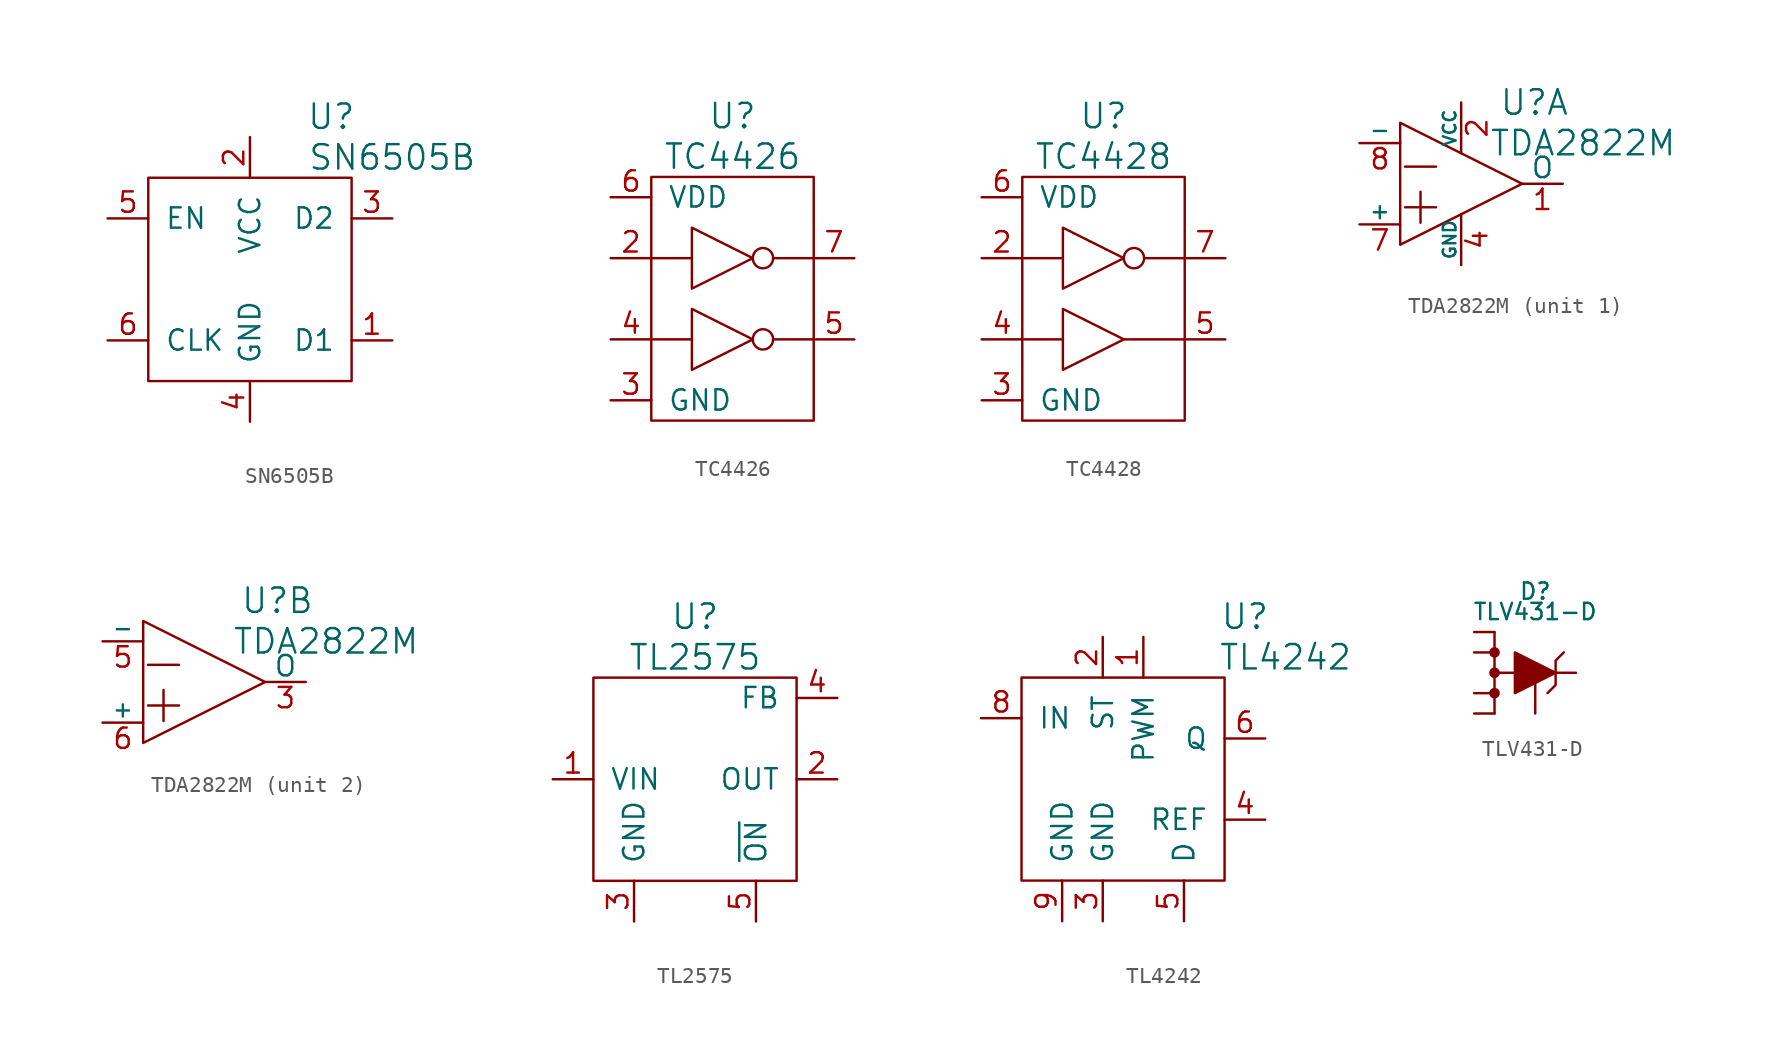
<source format=kicad_sym>
(kicad_symbol_lib
  (version 20220914)
  (generator kicad_symbol_editor)
  (symbol "SN6505B"
    (pin_names
      (offset 1.016))
    (property "Reference" "U"
      (at 5.08 10.16 0)
      (effects (font (size 1.524 1.524))))
    (property "Value" "SN6505B"
      (at 8.89 7.62 0)
      (effects (font (size 1.524 1.524))))
    (property "Footprint" ""
      (at 0 0 0)
      (effects (font (size 1.524 1.524))))
    (symbol "SN6505B_0_1"
      (rectangle (start -6.35 6.35) (end 6.35 -6.35) (stroke (width 0) (type solid)) (fill (type none))))
    (symbol "SN6505B_1_1"
      (pin passive line (at 8.89 -3.81 180) (length 2.54) (name "D1" (effects (font (size 1.27 1.27)))) (number "1" (effects (font (size 1.27 1.27)))))
      (pin passive line (at 0 8.89 270) (length 2.54) (name "VCC" (effects (font (size 1.27 1.27)))) (number "2" (effects (font (size 1.27 1.27)))))
      (pin passive line (at 8.89 3.81 180) (length 2.54) (name "D2" (effects (font (size 1.27 1.27)))) (number "3" (effects (font (size 1.27 1.27)))))
      (pin passive line (at 0 -8.89 90) (length 2.54) (name "GND" (effects (font (size 1.27 1.27)))) (number "4" (effects (font (size 1.27 1.27)))))
      (pin passive line (at -8.89 3.81 0) (length 2.54) (name "EN" (effects (font (size 1.27 1.27)))) (number "5" (effects (font (size 1.27 1.27)))))
      (pin passive line (at -8.89 -3.81 0) (length 2.54) (name "CLK" (effects (font (size 1.27 1.27)))) (number "6" (effects (font (size 1.27 1.27)))))))
  (symbol "TC4426"
    (pin_names
      (offset 1.016))
    (property "Reference" "U"
      (at 0 11.43 0)
      (effects (font (size 1.524 1.524))))
    (property "Value" "TC4426"
      (at 0 8.89 0)
      (effects (font (size 1.524 1.524))))
    (property "Footprint" ""
      (at -0.635 0 0)
      (effects (font (size 1.524 1.524))))
    (symbol "TC4426_0_1"
      (rectangle (start -5.08 7.62) (end 5.08 -7.62) (stroke (width 0) (type solid)) (fill (type none)))
      (polyline (pts (xy -2.54 -2.54) (xy -5.08 -2.54)) (stroke (width 0) (type solid)) (fill (type none)))
      (polyline (pts (xy -2.54 2.54) (xy -5.08 2.54)) (stroke (width 0) (type solid)) (fill (type none)))
      (polyline (pts (xy 2.54 2.54) (xy 5.08 2.54)) (stroke (width 0) (type solid)) (fill (type none)))
      (polyline (pts (xy -2.54 -0.635) (xy -2.54 -4.445) (xy 1.27 -2.54) (xy -2.54 -0.635)) (stroke (width 0) (type solid)) (fill (type none)))
      (polyline (pts (xy -2.54 4.445) (xy -2.54 0.635) (xy 1.27 2.54) (xy -2.54 4.445)) (stroke (width 0) (type solid)) (fill (type none)))
      (circle (center 1.905 2.54) (radius 0.635) (stroke (width 0) (type solid)) (fill (type none))))
    (symbol "TC4426_1_1"
      (polyline (pts (xy 2.54 -2.54) (xy 5.08 -2.54)) (stroke (width 0) (type solid)) (fill (type none)))
      (circle (center 1.905 -2.54) (radius 0.635) (stroke (width 0) (type solid)) (fill (type none)))
      (pin passive line (at -7.62 2.54 0) (length 2.54) (name "INA" (effects (font (size 0 0)))) (number "2" (effects (font (size 1.27 1.27)))))
      (pin passive line (at -7.62 -6.35 0) (length 2.54) (name "GND" (effects (font (size 1.27 1.27)))) (number "3" (effects (font (size 1.27 1.27)))))
      (pin passive line (at -7.62 -2.54 0) (length 2.54) (name "INB" (effects (font (size 0 0)))) (number "4" (effects (font (size 1.27 1.27)))))
      (pin passive line (at 7.62 -2.54 180) (length 2.54) (name "~{OUTB}" (effects (font (size 0 0)))) (number "5" (effects (font (size 1.27 1.27)))))
      (pin passive line (at -7.62 6.35 0) (length 2.54) (name "VDD" (effects (font (size 1.27 1.27)))) (number "6" (effects (font (size 1.27 1.27)))))
      (pin passive line (at 7.62 2.54 180) (length 2.54) (name "~{OUTA}" (effects (font (size 0 0)))) (number "7" (effects (font (size 1.27 1.27)))))))
  (symbol "TC4428"
    (pin_names
      (offset 1.016))
    (property "Reference" "U"
      (at 0 11.43 0)
      (effects (font (size 1.524 1.524))))
    (property "Value" "TC4428"
      (at 0 8.89 0)
      (effects (font (size 1.524 1.524))))
    (property "Footprint" ""
      (at -0.635 0 0)
      (effects (font (size 1.524 1.524))))
    (symbol "TC4428_0_1"
      (rectangle (start -5.08 7.62) (end 5.08 -7.62) (stroke (width 0) (type solid)) (fill (type none)))
      (polyline (pts (xy -2.54 -2.54) (xy -5.08 -2.54)) (stroke (width 0) (type solid)) (fill (type none)))
      (polyline (pts (xy -2.54 2.54) (xy -5.08 2.54)) (stroke (width 0) (type solid)) (fill (type none)))
      (polyline (pts (xy 2.54 2.54) (xy 5.08 2.54)) (stroke (width 0) (type solid)) (fill (type none)))
      (polyline (pts (xy 5.08 -2.54) (xy 1.27 -2.54)) (stroke (width 0) (type solid)) (fill (type none)))
      (polyline (pts (xy -2.54 -0.635) (xy -2.54 -4.445) (xy 1.27 -2.54) (xy -2.54 -0.635)) (stroke (width 0) (type solid)) (fill (type none)))
      (polyline (pts (xy -2.54 4.445) (xy -2.54 0.635) (xy 1.27 2.54) (xy -2.54 4.445)) (stroke (width 0) (type solid)) (fill (type none)))
      (circle (center 1.905 2.54) (radius 0.635) (stroke (width 0) (type solid)) (fill (type none))))
    (symbol "TC4428_1_1"
      (pin passive line (at -7.62 2.54 0) (length 2.54) (name "INA" (effects (font (size 0 0)))) (number "2" (effects (font (size 1.27 1.27)))))
      (pin passive line (at -7.62 -6.35 0) (length 2.54) (name "GND" (effects (font (size 1.27 1.27)))) (number "3" (effects (font (size 1.27 1.27)))))
      (pin passive line (at -7.62 -2.54 0) (length 2.54) (name "INB" (effects (font (size 0 0)))) (number "4" (effects (font (size 1.27 1.27)))))
      (pin passive line (at 7.62 -2.54 180) (length 2.54) (name "OUTB" (effects (font (size 0 0)))) (number "5" (effects (font (size 1.27 1.27)))))
      (pin passive line (at -7.62 6.35 0) (length 2.54) (name "VDD" (effects (font (size 1.27 1.27)))) (number "6" (effects (font (size 1.27 1.27)))))
      (pin passive line (at 7.62 2.54 180) (length 2.54) (name "~{OUTA}" (effects (font (size 0 0)))) (number "7" (effects (font (size 1.27 1.27)))))))
  (symbol "TDA2822M"
    (pin_names
      (offset 0))
    (property "Reference" "U"
      (at 4.572 5.08 0)
      (effects (font (size 1.524 1.524))))
    (property "Value" "TDA2822M"
      (at 7.62 2.54 0)
      (effects (font (size 1.524 1.524))))
    (property "Footprint" ""
      (at 0 0 0)
      (effects (font (size 1.524 1.524))))
    (property "Datasheet" ""
      (at 0 0 0)
      (effects (font (size 1.524 1.524))))
    (symbol "TDA2822M_0_0"
      (polyline (pts (xy -3.81 3.81) (xy -3.81 -3.81) (xy 3.81 0) (xy -3.81 3.81) (xy -3.81 3.81)) (stroke (width 0) (type solid)) (fill (type none)))
      (text "+" (at -2.54 -1.27 0) (effects (font (size 2.54 2.54))))
      (text "-" (at -2.54 1.27 0) (effects (font (size 2.54 2.54)))))
    (symbol "TDA2822M_1_1"
      (pin passive line (at 6.35 0 180) (length 2.54) (name "O" (effects (font (size 1.27 1.27)))) (number "1" (effects (font (size 1.27 1.27)))))
      (pin passive line (at 0 5.08 270) (length 3.175) (name "VCC" (effects (font (size 0.787 0.787)))) (number "2" (effects (font (size 1.27 1.27)))))
      (pin passive line (at 0 -5.08 90) (length 3.175) (name "GND" (effects (font (size 0.787 0.787)))) (number "4" (effects (font (size 1.27 1.27)))))
      (pin passive line (at -6.35 -2.54 0) (length 2.54) (name "+" (effects (font (size 0.991 0.991)))) (number "7" (effects (font (size 1.27 1.27)))))
      (pin passive line (at -6.35 2.54 0) (length 2.54) (name "-" (effects (font (size 0.991 0.991)))) (number "8" (effects (font (size 1.27 1.27))))))
    (symbol "TDA2822M_2_1"
      (pin passive line (at 6.35 0 180) (length 2.54) (name "O" (effects (font (size 1.27 1.27)))) (number "3" (effects (font (size 1.27 1.27)))))
      (pin passive line (at -6.35 2.54 0) (length 2.54) (name "-" (effects (font (size 0.991 0.991)))) (number "5" (effects (font (size 1.27 1.27)))))
      (pin passive line (at -6.35 -2.54 0) (length 2.54) (name "+" (effects (font (size 0.991 0.991)))) (number "6" (effects (font (size 1.27 1.27)))))))
  (symbol "TL2575"
    (pin_names
      (offset 1.016))
    (property "Reference" "U"
      (at 0 10.16 0)
      (effects (font (size 1.524 1.524))))
    (property "Value" "TL2575"
      (at 0 7.62 0)
      (effects (font (size 1.524 1.524))))
    (property "Footprint" ""
      (at 0 0 0)
      (effects (font (size 1.524 1.524))))
    (property "Datasheet" ""
      (at 0 0 0)
      (effects (font (size 1.524 1.524))))
    (symbol "TL2575_0_1"
      (rectangle (start -6.35 6.35) (end 6.35 -6.35) (stroke (width 0) (type solid)) (fill (type none))))
    (symbol "TL2575_1_1"
      (pin passive line (at -8.89 0 0) (length 2.54) (name "VIN" (effects (font (size 1.27 1.27)))) (number "1" (effects (font (size 1.27 1.27)))))
      (pin passive line (at 8.89 0 180) (length 2.54) (name "OUT" (effects (font (size 1.27 1.27)))) (number "2" (effects (font (size 1.27 1.27)))))
      (pin passive line (at -3.81 -8.89 90) (length 2.54) (name "GND" (effects (font (size 1.27 1.27)))) (number "3" (effects (font (size 1.27 1.27)))))
      (pin passive line (at 8.89 5.08 180) (length 2.54) (name "FB" (effects (font (size 1.27 1.27)))) (number "4" (effects (font (size 1.27 1.27)))))
      (pin passive line (at 3.81 -8.89 90) (length 2.54) (name "~{ON}" (effects (font (size 1.27 1.27)))) (number "5" (effects (font (size 1.27 1.27)))))))
  (symbol "TL4242"
    (pin_names
      (offset 1.016))
    (property "Reference" "U"
      (at 7.62 10.16 0)
      (effects (font (size 1.524 1.524))))
    (property "Value" "TL4242"
      (at 10.16 7.62 0)
      (effects (font (size 1.524 1.524))))
    (property "Footprint" ""
      (at 0 0 0)
      (effects (font (size 1.524 1.524))))
    (property "Datasheet" ""
      (at 0 0 0)
      (effects (font (size 1.524 1.524))))
    (symbol "TL4242_0_1"
      (rectangle (start -6.35 6.35) (end 6.35 -6.35) (stroke (width 0) (type solid)) (fill (type none))))
    (symbol "TL4242_1_1"
      (pin passive line (at 1.27 8.89 270) (length 2.54) (name "PWM" (effects (font (size 1.27 1.27)))) (number "1" (effects (font (size 1.27 1.27)))))
      (pin passive line (at -1.27 8.89 270) (length 2.54) (name "ST" (effects (font (size 1.27 1.27)))) (number "2" (effects (font (size 1.27 1.27)))))
      (pin passive line (at -1.27 -8.89 90) (length 2.54) (name "GND" (effects (font (size 1.27 1.27)))) (number "3" (effects (font (size 1.27 1.27)))))
      (pin passive line (at 8.89 -2.54 180) (length 2.54) (name "REF" (effects (font (size 1.27 1.27)))) (number "4" (effects (font (size 1.27 1.27)))))
      (pin passive line (at 3.81 -8.89 90) (length 2.54) (name "D" (effects (font (size 1.27 1.27)))) (number "5" (effects (font (size 1.27 1.27)))))
      (pin passive line (at 8.89 2.54 180) (length 2.54) (name "Q" (effects (font (size 1.27 1.27)))) (number "6" (effects (font (size 1.27 1.27)))))
      (pin passive line (at -8.89 3.81 0) (length 2.54) (name "IN" (effects (font (size 1.27 1.27)))) (number "8" (effects (font (size 1.27 1.27)))))
      (pin passive line (at -3.81 -8.89 90) (length 2.54) (name "GND" (effects (font (size 1.27 1.27)))) (number "9" (effects (font (size 1.27 1.27)))))))
  (symbol "TLV431-D"
    (pin_numbers hide)
    (pin_names
      (offset 1.016) hide)
    (property "Reference" "D"
      (at 0 5.08 0)
      (effects (font (size 1.016 1.016))))
    (property "Value" "TLV431-D"
      (at 0 3.81 0)
      (effects (font (size 1.016 1.016))))
    (property "Footprint" ""
      (at 0 0 0)
      (effects (font (size 1.524 1.524))))
    (property "Datasheet" ""
      (at 0 0 0)
      (effects (font (size 1.524 1.524))))
    (symbol "TLV431-D_0_0"
      (polyline (pts (xy -1.27 1.27) (xy -1.27 -1.27) (xy 1.27 0) (xy -1.27 1.27) (xy -1.27 1.27)) (stroke (width 0) (type solid)) (fill (type outline)))
      (polyline (pts (xy 1.778 1.27) (xy 1.27 0.762) (xy 1.27 -0.762) (xy 0.762 -1.27) (xy 0.762 -1.27)) (stroke (width 0) (type solid)) (fill (type none))))
    (symbol "TLV431-D_0_1"
      (circle (center -2.54 -1.27) (radius 0.254) (stroke (width 0) (type solid)) (fill (type outline)))
      (circle (center -2.54 0) (radius 0.254) (stroke (width 0) (type solid)) (fill (type outline)))
      (circle (center -2.54 1.27) (radius 0.254) (stroke (width 0) (type solid)) (fill (type outline)))
      (polyline (pts (xy -2.54 0) (xy -1.27 0)) (stroke (width 0) (type solid)) (fill (type none)))
      (polyline (pts (xy -2.54 2.54) (xy -2.54 -2.54)) (stroke (width 0) (type solid)) (fill (type none))))
    (symbol "TLV431-D_1_1"
      (pin passive line (at 2.54 0 180) (length 1.27) (name "K" (effects (font (size 1.016 1.016)))) (number "1" (effects (font (size 1.016 1.016)))))
      (pin passive line (at -3.81 2.54 0) (length 1.27) (name "A" (effects (font (size 1.016 1.016)))) (number "2" (effects (font (size 1.016 1.016)))))
      (pin passive line (at -3.81 1.27 0) (length 1.27) (name "A" (effects (font (size 1.016 1.016)))) (number "3" (effects (font (size 1.016 1.016)))))
      (pin passive line (at -3.81 -1.27 0) (length 1.27) (name "A" (effects (font (size 1.016 1.016)))) (number "6" (effects (font (size 1.016 1.016)))))
      (pin passive line (at -3.81 -2.54 0) (length 1.27) (name "A" (effects (font (size 1.016 1.016)))) (number "7" (effects (font (size 1.016 1.016)))))
      (pin passive line (at 0 -2.54 90) (length 1.905) (name "Ref" (effects (font (size 1.27 1.27)))) (number "8" (effects (font (size 1.27 1.27))))))))
</source>
